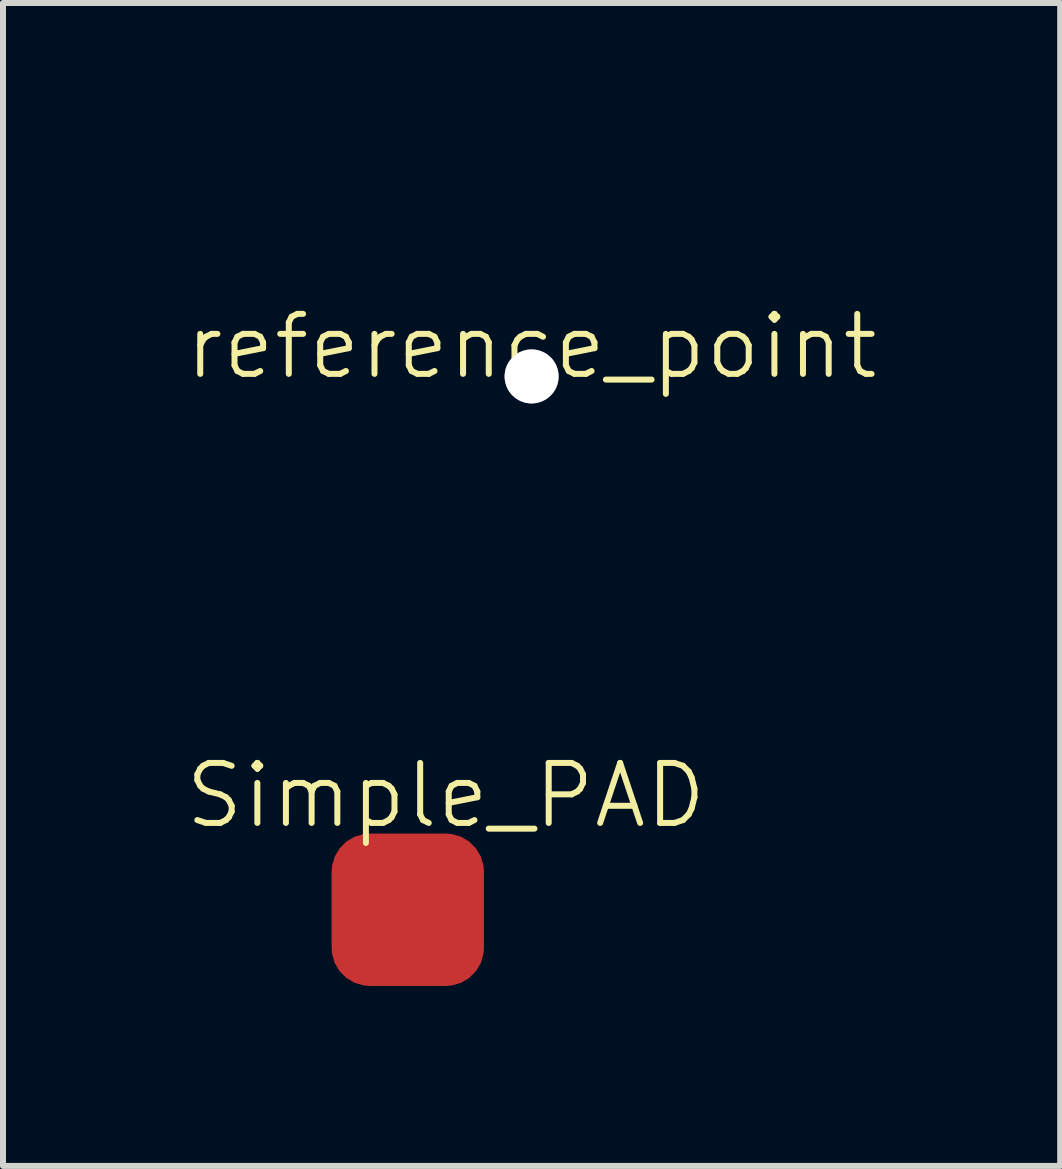
<source format=kicad_pcb>
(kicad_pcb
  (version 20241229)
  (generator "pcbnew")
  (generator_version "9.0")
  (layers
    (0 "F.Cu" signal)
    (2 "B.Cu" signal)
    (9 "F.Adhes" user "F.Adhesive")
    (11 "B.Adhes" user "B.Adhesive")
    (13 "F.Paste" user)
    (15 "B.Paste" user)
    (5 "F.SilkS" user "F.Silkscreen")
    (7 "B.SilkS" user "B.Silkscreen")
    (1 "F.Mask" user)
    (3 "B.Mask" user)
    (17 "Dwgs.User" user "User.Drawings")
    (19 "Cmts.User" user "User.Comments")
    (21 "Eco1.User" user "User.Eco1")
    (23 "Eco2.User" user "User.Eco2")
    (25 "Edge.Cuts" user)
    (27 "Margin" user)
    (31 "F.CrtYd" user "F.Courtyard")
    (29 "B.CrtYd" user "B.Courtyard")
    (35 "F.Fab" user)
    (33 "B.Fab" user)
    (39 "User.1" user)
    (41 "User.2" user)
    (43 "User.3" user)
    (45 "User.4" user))
  (footprint "Simple_PAD"
    (layer "F.Cu")
    (at 3.748 12.116)
    (property "Reference" "Simple_PAD" (at 0.635 -1.905 0) (unlocked yes) (layer "F.SilkS") (effects (font (size 1 1) (thickness 0.1))))
    (attr smd)
    (pad "1" smd roundrect (at 0 0) (size 2.54 2.54) (layers "F.Cu" "F.Mask" "F.Paste") (roundrect_rratio 0.25)))
  (footprint "reference_point"
    (layer "F.Cu")
    (at 5.812 3.225)
    (property "Reference" "reference_point" (at 0 -0.5 0) (unlocked yes) (layer "F.SilkS") (effects (font (size 1 1) (thickness 0.1))))
    (fp_line (start -3.175 0) (end 0 0) (stroke (width 0.1) (type default)) (layer "User.3"))
    (fp_line (start 0 -3.175) (end 0 3.175) (stroke (width 0.1) (type default)) (layer "User.3"))
    (fp_line (start 0 0) (end 3.175 0) (stroke (width 0.1) (type default)) (layer "User.3"))
    (pad "1" thru_hole circle (at 0 0) (size 0.9 0.9) (drill 0.9) (layers "*.Cu" "*.Mask")))
  (gr_rect
    (start -3 -3)
    (end 14.624 16.386)
    (stroke (width 0.1) (type default))
    (fill no)
    (layer "Edge.Cuts")))
</source>
